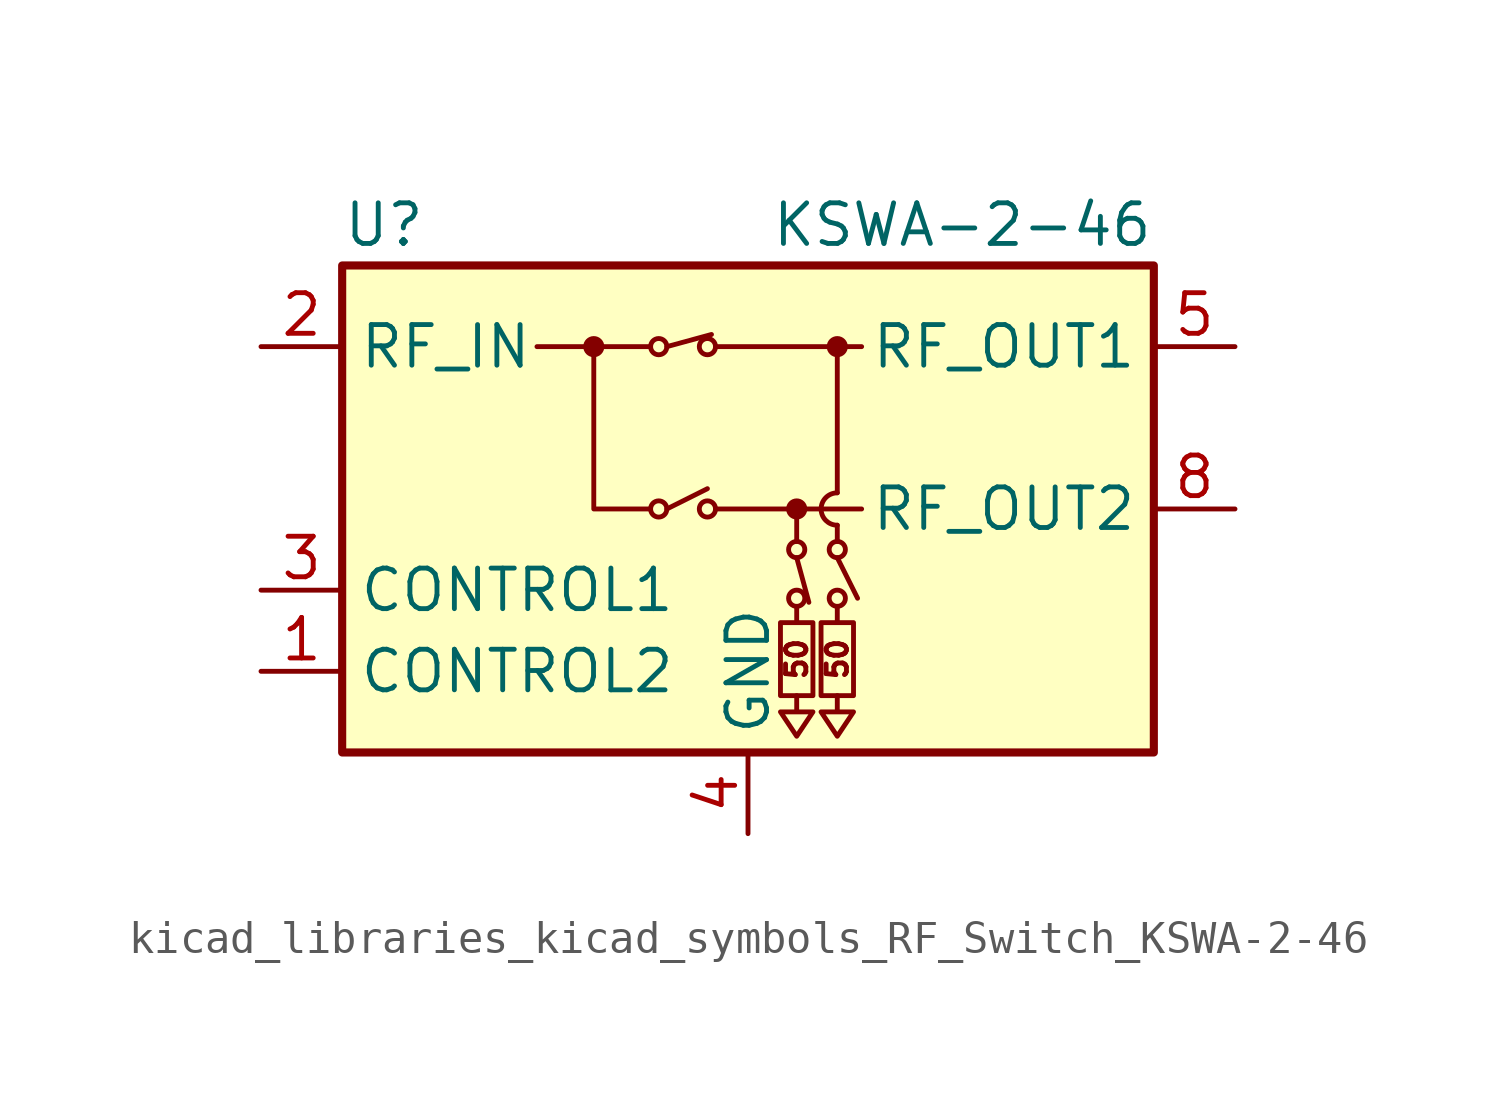
<source format=kicad_sym>
(kicad_symbol_lib
  (version 20220914)
  (generator kicad_symbol_editor)
  (symbol "kicad_libraries_kicad_symbols_RF_Switch_KSWA-2-46"
    (property "Reference" "U"
      (at -12.7 8.89 0)
      (effects (font (size 1.27 1.27)) (justify left)))
    (property "Value" "KSWA-2-46"
      (at 12.7 8.89 0)
      (effects (font (size 1.27 1.27)) (justify right)))
    (symbol "kicad_libraries_kicad_symbols_RF_Switch_KSWA-2-46_0_0"
      (text "50" (at 1.524 -4.699 900) (effects (font (size 0.635 0.635))))
      (text "50" (at 2.794 -4.699 900) (effects (font (size 0.635 0.635)))))
    (symbol "kicad_libraries_kicad_symbols_RF_Switch_KSWA-2-46_0_1"
      (rectangle (start -12.7 7.62) (end 12.7 -7.62) (stroke (width 0.254) (type default)) (fill (type background)))
      (circle (center -4.826 5.08) (radius 0.254) (stroke (width 0) (type default)) (fill (type outline)))
      (circle (center -2.794 0) (radius 0.254) (stroke (width 0) (type default)) (fill (type none)))
      (circle (center -2.794 5.08) (radius 0.254) (stroke (width 0) (type default)) (fill (type none)))
      (circle (center -1.27 0) (radius 0.254) (stroke (width 0) (type default)) (fill (type none)))
      (circle (center -1.27 5.08) (radius 0.254) (stroke (width 0) (type default)) (fill (type none)))
      (polyline (pts (xy -3.048 5.08) (xy -6.604 5.08)) (stroke (width 0) (type default)) (fill (type none)))
      (polyline (pts (xy -2.54 0) (xy -1.27 0.635)) (stroke (width 0) (type default)) (fill (type none)))
      (polyline (pts (xy -2.54 5.08) (xy -1.143 5.461)) (stroke (width 0) (type default)) (fill (type none)))
      (polyline (pts (xy -1.016 0) (xy 3.556 0)) (stroke (width 0) (type default)) (fill (type none)))
      (polyline (pts (xy -1.016 5.08) (xy 3.556 5.08)) (stroke (width 0) (type default)) (fill (type none)))
      (polyline (pts (xy 1.524 -3.048) (xy 1.524 -3.556)) (stroke (width 0) (type default)) (fill (type none)))
      (polyline (pts (xy 1.524 -1.524) (xy 1.905 -2.921)) (stroke (width 0) (type default)) (fill (type none)))
      (polyline (pts (xy 1.524 -1.016) (xy 1.524 0)) (stroke (width 0) (type default)) (fill (type none)))
      (polyline (pts (xy 2.794 -3.048) (xy 2.794 -3.556)) (stroke (width 0) (type default)) (fill (type none)))
      (polyline (pts (xy 2.794 -1.524) (xy 3.429 -2.794)) (stroke (width 0) (type default)) (fill (type none)))
      (polyline (pts (xy 2.794 -0.508) (xy 2.794 -1.016)) (stroke (width 0) (type default)) (fill (type none)))
      (polyline (pts (xy 2.794 5.08) (xy 2.794 0.508)) (stroke (width 0) (type default)) (fill (type none)))
      (polyline (pts (xy -4.826 5.08) (xy -4.826 0) (xy -3.048 0)) (stroke (width 0) (type default)) (fill (type none)))
      (polyline (pts (xy 1.524 -5.842) (xy 1.524 -6.35) (xy 1.016 -6.35) (xy 1.524 -7.112) (xy 2.032 -6.35) (xy 1.524 -6.35)) (stroke (width 0) (type default)) (fill (type none)))
      (polyline (pts (xy 2.794 -5.842) (xy 2.794 -6.35) (xy 2.286 -6.35) (xy 2.794 -7.112) (xy 3.302 -6.35) (xy 2.794 -6.35)) (stroke (width 0) (type default)) (fill (type none)))
      (rectangle (start 1.016 -3.556) (end 2.032 -5.842) (stroke (width 0) (type default)) (fill (type none)))
      (circle (center 1.524 -2.794) (radius 0.254) (stroke (width 0) (type default)) (fill (type none)))
      (circle (center 1.524 -1.27) (radius 0.254) (stroke (width 0) (type default)) (fill (type none)))
      (circle (center 1.524 0) (radius 0.254) (stroke (width 0) (type default)) (fill (type outline)))
      (rectangle (start 2.286 -3.556) (end 3.302 -5.842) (stroke (width 0) (type default)) (fill (type none)))
      (circle (center 2.794 -2.794) (radius 0.254) (stroke (width 0) (type default)) (fill (type none)))
      (circle (center 2.794 -1.27) (radius 0.254) (stroke (width 0) (type default)) (fill (type none)))
      (arc (start 2.794 0.508) (mid 2.2882 0) (end 2.794 -0.508) (stroke (width 0) (type default)) (fill (type none)))
      (circle (center 2.794 5.08) (radius 0.254) (stroke (width 0) (type default)) (fill (type outline))))
    (symbol "kicad_libraries_kicad_symbols_RF_Switch_KSWA-2-46_1_1"
      (pin input line (at -15.24 -5.08 0) (length 2.54) (name "CONTROL2" (effects (font (size 1.27 1.27)))) (number "1" (effects (font (size 1.27 1.27)))))
      (pin passive line (at -15.24 5.08 0) (length 2.54) (name "RF_IN" (effects (font (size 1.27 1.27)))) (number "2" (effects (font (size 1.27 1.27)))))
      (pin input line (at -15.24 -2.54 0) (length 2.54) (name "CONTROL1" (effects (font (size 1.27 1.27)))) (number "3" (effects (font (size 1.27 1.27)))))
      (pin power_in line (at 0 -10.16 90) (length 2.54) (name "GND" (effects (font (size 1.27 1.27)))) (number "4" (effects (font (size 1.27 1.27)))))
      (pin passive line (at 15.24 5.08 180) (length 2.54) (name "RF_OUT1" (effects (font (size 1.27 1.27)))) (number "5" (effects (font (size 1.27 1.27)))))
      (pin passive line (at 0 -10.16 90) (length 2.54) hide (name "GND" (effects (font (size 1.27 1.27)))) (number "6" (effects (font (size 1.27 1.27)))))
      (pin passive line (at 0 -10.16 90) (length 2.54) hide (name "GND" (effects (font (size 1.27 1.27)))) (number "7" (effects (font (size 1.27 1.27)))))
      (pin passive line (at 15.24 0 180) (length 2.54) (name "RF_OUT2" (effects (font (size 1.27 1.27)))) (number "8" (effects (font (size 1.27 1.27))))))))
</source>
